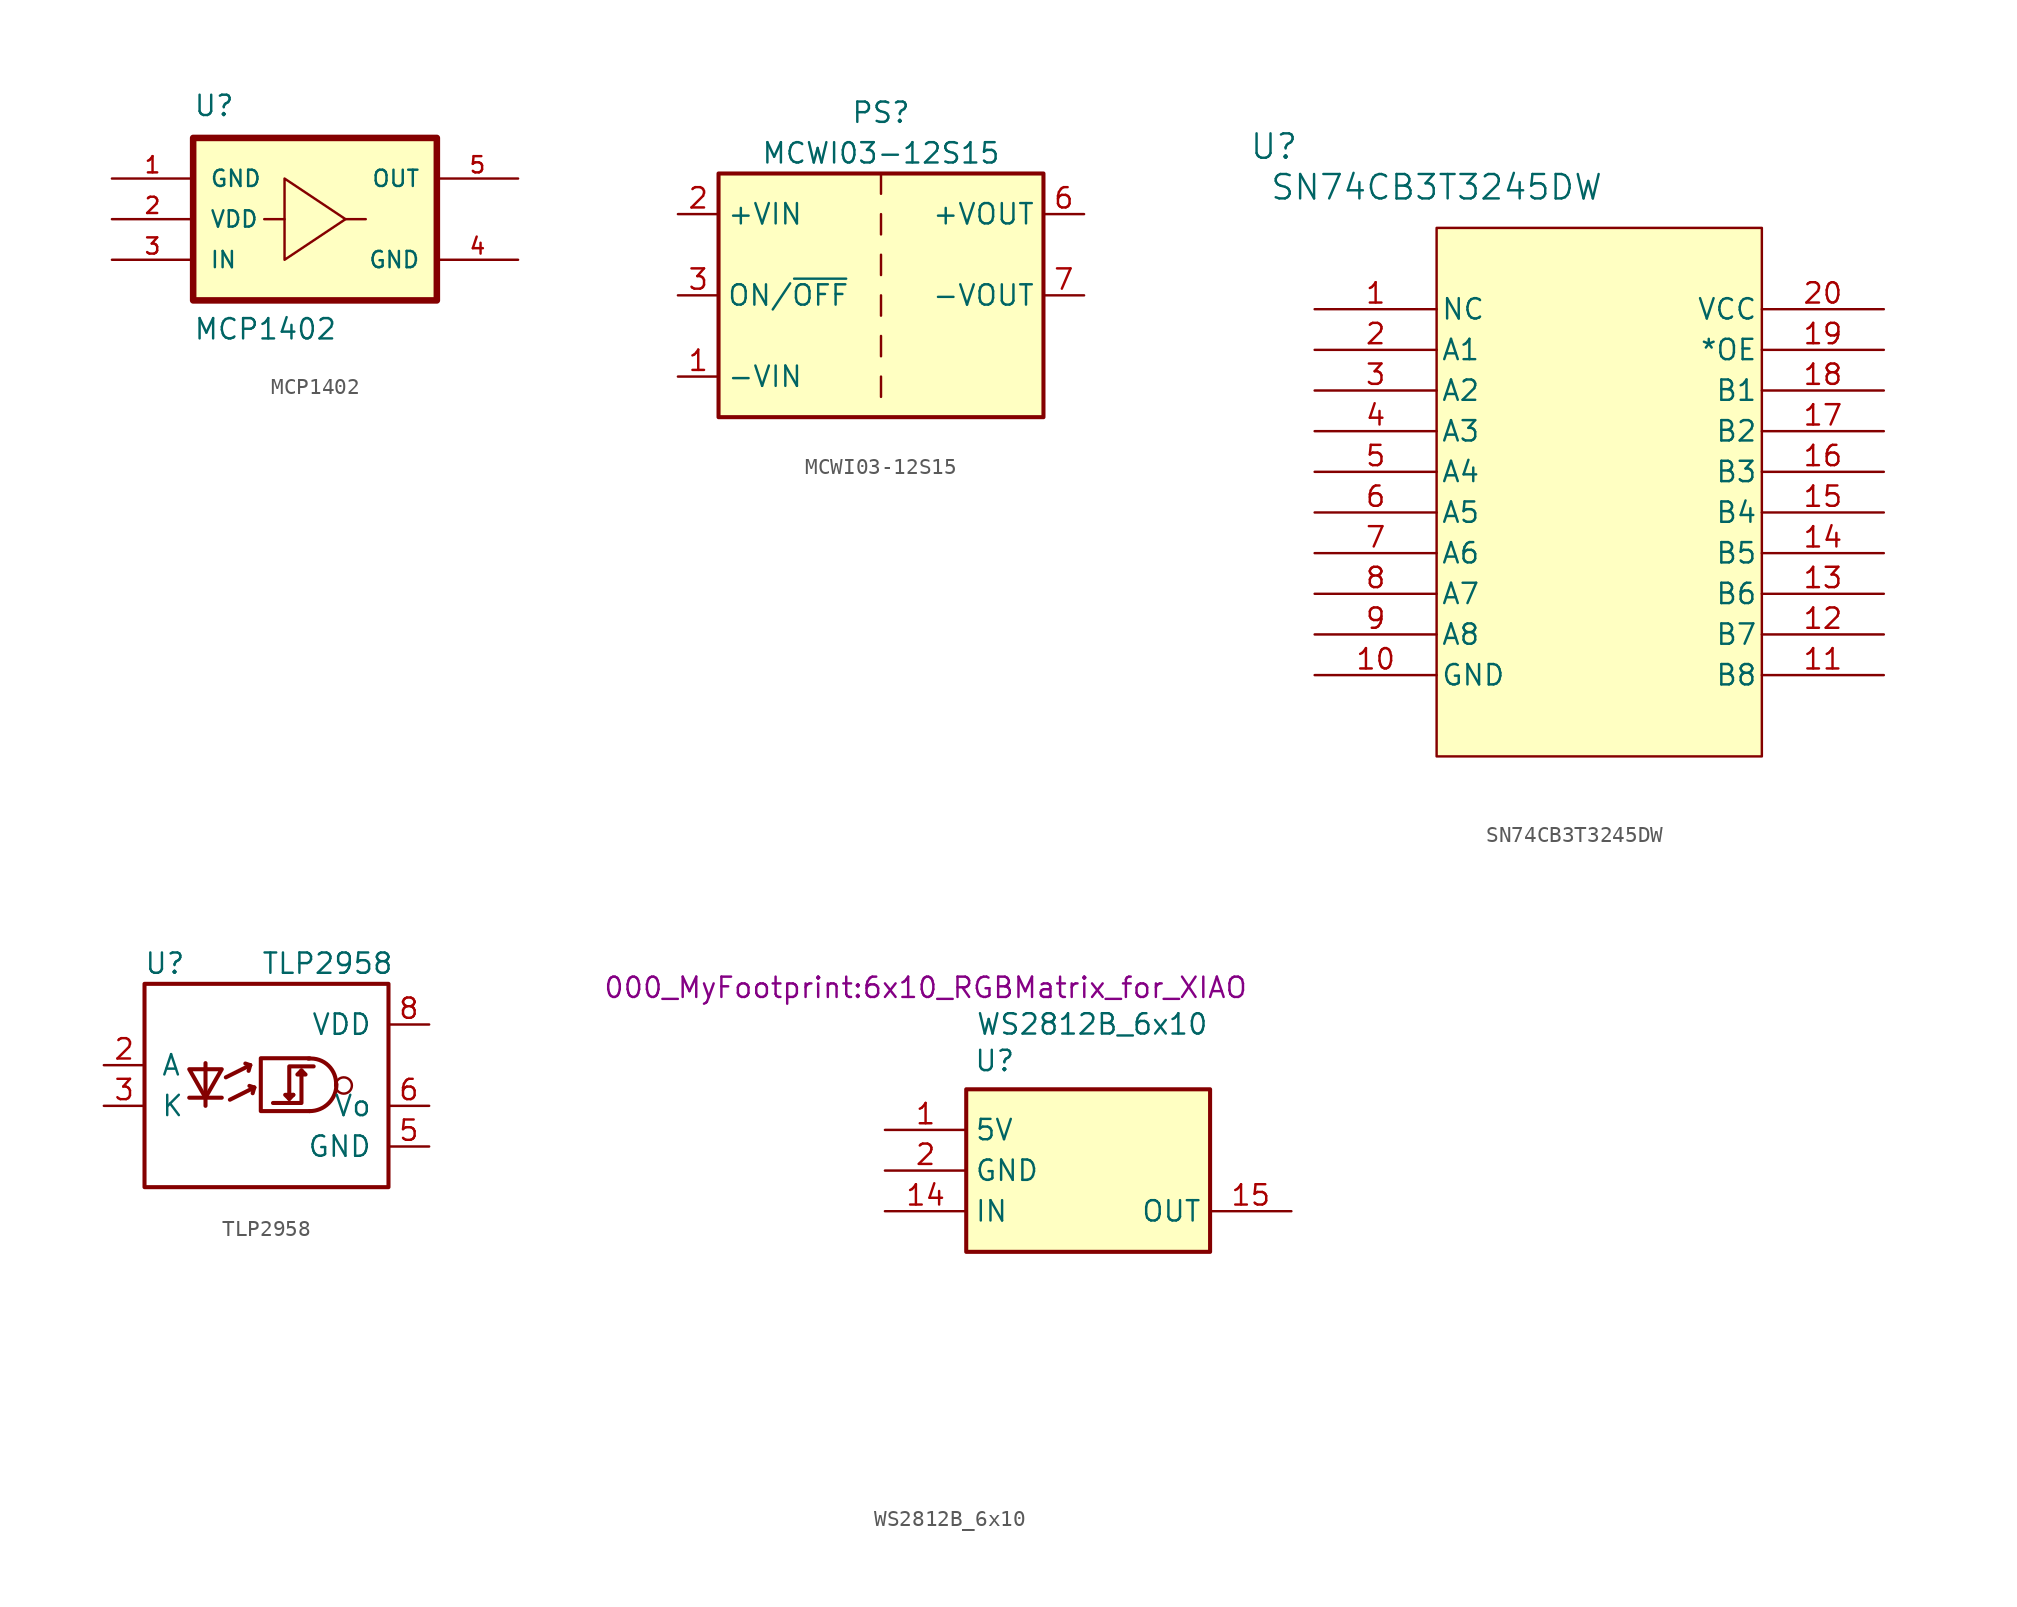
<source format=kicad_sym>
(kicad_symbol_lib
  (version 20241209)
  (generator "kicad_symbol_editor")
  (generator_version "9.0")
  (symbol "MCP1402"
    (pin_names
      (offset 1.016))
    (property "Reference" "U"
      (at -7.62 6.35 0)
      (effects (font (size 1.27 1.27)) (justify left bottom)))
    (property "Value" "MCP1402"
      (at -7.62 -7.62 0)
      (effects (font (size 1.27 1.27)) (justify left bottom)))
    (symbol "MCP1402_0_0"
      (rectangle (start -7.62 5.08) (end 7.62 -5.08) (stroke (width 0.41) (type default)) (fill (type background)))
      (pin input line (at -12.7 -2.54 0) (length 5.08) (name "IN" (effects (font (size 1.016 1.016)))) (number "3" (effects (font (size 1.016 1.016)))))
      (pin power_in line (at 12.7 -2.54 180) (length 5.08) (name "GND" (effects (font (size 1.016 1.016)))) (number "4" (effects (font (size 1.016 1.016))))))
    (symbol "MCP1402_0_1"
      (polyline (pts (xy -1.905 2.54) (xy -1.905 -2.54) (xy 1.905 0) (xy -1.905 2.54)) (stroke (width 0) (type default)) (fill (type none)))
      (polyline (pts (xy -1.905 0) (xy -3.175 0)) (stroke (width 0) (type default)) (fill (type none)))
      (polyline (pts (xy 1.905 0) (xy 3.175 0)) (stroke (width 0) (type default)) (fill (type none))))
    (symbol "MCP1402_1_0"
      (pin power_in line (at -12.7 2.54 0) (length 5.08) (name "GND" (effects (font (size 1.016 1.016)))) (number "1" (effects (font (size 1.016 1.016)))))
      (pin power_in line (at -12.7 0 0) (length 5.08) (name "VDD" (effects (font (size 1.016 1.016)))) (number "2" (effects (font (size 1.016 1.016)))))
      (pin output line (at 12.7 2.54 180) (length 5.08) (name "OUT" (effects (font (size 1.016 1.016)))) (number "5" (effects (font (size 1.016 1.016)))))))
  (symbol "MCWI03-12S15"
    (property "Reference" "PS"
      (at 0 11.43 0)
      (effects (font (size 1.27 1.27))))
    (property "Value" "MCWI03-12S15"
      (at 0 8.89 0)
      (effects (font (size 1.27 1.27))))
    (symbol "MCWI03-12S15_0_1"
      (rectangle (start -10.16 7.62) (end 10.16 -7.62) (stroke (width 0.254) (type default)) (fill (type background)))
      (polyline (pts (xy 0 7.62) (xy 0 6.35)) (stroke (width 0) (type default)) (fill (type none)))
      (polyline (pts (xy 0 5.08) (xy 0 3.81)) (stroke (width 0) (type default)) (fill (type none)))
      (polyline (pts (xy 0 2.54) (xy 0 1.27)) (stroke (width 0) (type default)) (fill (type none)))
      (polyline (pts (xy 0 0) (xy 0 -1.27)) (stroke (width 0) (type default)) (fill (type none)))
      (polyline (pts (xy 0 -2.54) (xy 0 -3.81)) (stroke (width 0) (type default)) (fill (type none)))
      (polyline (pts (xy 0 -5.08) (xy 0 -6.35)) (stroke (width 0) (type default)) (fill (type none))))
    (symbol "MCWI03-12S15_1_1"
      (pin power_in line (at -12.7 5.08 0) (length 2.54) (name "+VIN" (effects (font (size 1.27 1.27)))) (number "2" (effects (font (size 1.27 1.27)))))
      (pin input line (at -12.7 0 0) (length 2.54) (name "ON/~{OFF}" (effects (font (size 1.27 1.27)))) (number "3" (effects (font (size 1.27 1.27)))))
      (pin power_in line (at -12.7 -5.08 0) (length 2.54) (name "-VIN" (effects (font (size 1.27 1.27)))) (number "1" (effects (font (size 1.27 1.27)))))
      (pin no_connect line (at 10.16 -2.54 180) (length 2.54) (hide yes) (name "NC" (effects (font (size 1.27 1.27)))) (number "5" (effects (font (size 1.27 1.27)))))
      (pin no_connect line (at 10.16 -5.08 180) (length 2.54) (hide yes) (name "NC" (effects (font (size 1.27 1.27)))) (number "8" (effects (font (size 1.27 1.27)))))
      (pin power_out line (at 12.7 5.08 180) (length 2.54) (name "+VOUT" (effects (font (size 1.27 1.27)))) (number "6" (effects (font (size 1.27 1.27)))))
      (pin power_out line (at 12.7 0 180) (length 2.54) (name "-VOUT" (effects (font (size 1.27 1.27)))) (number "7" (effects (font (size 1.27 1.27)))))))
  (symbol "SN74CB3T3245DW"
    (pin_names
      (offset 0.254))
    (property "Reference" "U"
      (at -2.54 10.16 0)
      (effects (font (size 1.524 1.524))))
    (property "Value" "SN74CB3T3245DW"
      (at 7.62 7.62 0)
      (effects (font (size 1.524 1.524))))
    (symbol "SN74CB3T3245DW_0_1"
      (pin unspecified line (at 0 0 0) (length 7.62) (name "NC" (effects (font (size 1.27 1.27)))) (number "1" (effects (font (size 1.27 1.27)))))
      (pin passive line (at 0 -2.54 0) (length 7.62) (name "A1" (effects (font (size 1.27 1.27)))) (number "2" (effects (font (size 1.27 1.27)))))
      (pin passive line (at 0 -5.08 0) (length 7.62) (name "A2" (effects (font (size 1.27 1.27)))) (number "3" (effects (font (size 1.27 1.27)))))
      (pin passive line (at 0 -7.62 0) (length 7.62) (name "A3" (effects (font (size 1.27 1.27)))) (number "4" (effects (font (size 1.27 1.27)))))
      (pin passive line (at 0 -10.16 0) (length 7.62) (name "A4" (effects (font (size 1.27 1.27)))) (number "5" (effects (font (size 1.27 1.27)))))
      (pin passive line (at 0 -12.7 0) (length 7.62) (name "A5" (effects (font (size 1.27 1.27)))) (number "6" (effects (font (size 1.27 1.27)))))
      (pin passive line (at 0 -15.24 0) (length 7.62) (name "A6" (effects (font (size 1.27 1.27)))) (number "7" (effects (font (size 1.27 1.27)))))
      (pin passive line (at 0 -17.78 0) (length 7.62) (name "A7" (effects (font (size 1.27 1.27)))) (number "8" (effects (font (size 1.27 1.27)))))
      (pin passive line (at 0 -20.32 0) (length 7.62) (name "A8" (effects (font (size 1.27 1.27)))) (number "9" (effects (font (size 1.27 1.27)))))
      (pin power_in line (at 0 -22.86 0) (length 7.62) (name "GND" (effects (font (size 1.27 1.27)))) (number "10" (effects (font (size 1.27 1.27)))))
      (pin power_in line (at 35.56 0 180) (length 7.62) (name "VCC" (effects (font (size 1.27 1.27)))) (number "20" (effects (font (size 1.27 1.27)))))
      (pin input line (at 35.56 -2.54 180) (length 7.62) (name "*OE" (effects (font (size 1.27 1.27)))) (number "19" (effects (font (size 1.27 1.27)))))
      (pin passive line (at 35.56 -5.08 180) (length 7.62) (name "B1" (effects (font (size 1.27 1.27)))) (number "18" (effects (font (size 1.27 1.27)))))
      (pin passive line (at 35.56 -7.62 180) (length 7.62) (name "B2" (effects (font (size 1.27 1.27)))) (number "17" (effects (font (size 1.27 1.27)))))
      (pin passive line (at 35.56 -10.16 180) (length 7.62) (name "B3" (effects (font (size 1.27 1.27)))) (number "16" (effects (font (size 1.27 1.27)))))
      (pin passive line (at 35.56 -12.7 180) (length 7.62) (name "B4" (effects (font (size 1.27 1.27)))) (number "15" (effects (font (size 1.27 1.27)))))
      (pin passive line (at 35.56 -15.24 180) (length 7.62) (name "B5" (effects (font (size 1.27 1.27)))) (number "14" (effects (font (size 1.27 1.27)))))
      (pin passive line (at 35.56 -17.78 180) (length 7.62) (name "B6" (effects (font (size 1.27 1.27)))) (number "13" (effects (font (size 1.27 1.27)))))
      (pin passive line (at 35.56 -20.32 180) (length 7.62) (name "B7" (effects (font (size 1.27 1.27)))) (number "12" (effects (font (size 1.27 1.27)))))
      (pin passive line (at 35.56 -22.86 180) (length 7.62) (name "B8" (effects (font (size 1.27 1.27)))) (number "11" (effects (font (size 1.27 1.27))))))
    (symbol "SN74CB3T3245DW_1_1"
      (rectangle (start 7.62 5.08) (end 27.94 -27.94) (stroke (width 0) (type solid)) (fill (type background)))))
  (symbol "TLP2958"
    (pin_names
      (offset 1.016))
    (property "Reference" "U"
      (at -6.35 8.89 0)
      (effects (font (size 1.27 1.27))))
    (property "Value" "TLP2958"
      (at 3.81 8.89 0)
      (effects (font (size 1.27 1.27))))
    (symbol "TLP2958_0_1"
      (circle (center 4.826 1.27) (radius 0.508) (stroke (width 0) (type default)) (fill (type none))))
    (symbol "TLP2958_1_1"
      (rectangle (start -7.62 7.62) (end 7.62 -5.08) (stroke (width 0.254) (type default)) (fill (type none)))
      (polyline (pts (xy -4.826 2.286) (xy -2.794 2.286) (xy -3.81 0.508) (xy -4.826 2.286)) (stroke (width 0.254) (type default)) (fill (type none)))
      (polyline (pts (xy -4.826 0.508) (xy -2.794 0.508)) (stroke (width 0.254) (type default)) (fill (type none)))
      (polyline (pts (xy -3.81 2.286) (xy -3.81 2.667)) (stroke (width 0.254) (type default)) (fill (type none)))
      (polyline (pts (xy -3.81 2.286) (xy -3.81 0.508)) (stroke (width 0.254) (type default)) (fill (type none)))
      (polyline (pts (xy -3.81 0.508) (xy -3.81 0)) (stroke (width 0.254) (type default)) (fill (type none)))
      (polyline (pts (xy -2.54 1.778) (xy -1.016 2.54)) (stroke (width 0.254) (type default)) (fill (type none)))
      (polyline (pts (xy -2.286 0.381) (xy -0.762 1.143)) (stroke (width 0.254) (type default)) (fill (type none)))
      (polyline (pts (xy -1.016 2.54) (xy -1.321 2.642)) (stroke (width 0.254) (type default)) (fill (type none)))
      (polyline (pts (xy -1.016 2.54) (xy -1.118 2.184)) (stroke (width 0.254) (type default)) (fill (type none)))
      (polyline (pts (xy -0.762 1.143) (xy -1.067 1.245)) (stroke (width 0.254) (type default)) (fill (type none)))
      (polyline (pts (xy -0.762 1.143) (xy -0.864 0.787)) (stroke (width 0.254) (type default)) (fill (type none)))
      (polyline (pts (xy 1.422 0.432) (xy 1.168 0.686) (xy 1.676 0.686)) (stroke (width 0.254) (type default)) (fill (type none)))
      (polyline (pts (xy 2.184 2.21) (xy 2.184 0.178) (xy 0.406 0.178)) (stroke (width 0.254) (type default)) (fill (type none)))
      (polyline (pts (xy 2.184 2.21) (xy 1.93 1.956) (xy 2.438 1.956) (xy 2.184 2.21)) (stroke (width 0.254) (type default)) (fill (type none)))
      (polyline (pts (xy 2.692 2.972) (xy -0.356 2.972) (xy -0.356 -0.33) (xy 2.692 -0.33)) (stroke (width 0.254) (type default)) (fill (type none)))
      (arc (start 4.3688 1.3462) (mid 3.8795 0.1595) (end 2.6924 -0.3302) (stroke (width 0.254) (type default)) (fill (type none)))
      (arc (start 2.6162 2.9464) (mid 3.8711 2.5113) (end 4.3434 1.27) (stroke (width 0.254) (type default)) (fill (type none)))
      (polyline (pts (xy 2.946 2.464) (xy 1.422 2.464) (xy 1.422 0.432) (xy 1.676 0.686)) (stroke (width 0.254) (type default)) (fill (type none)))
      (pin no_connect line (at -10.16 5.08 0) (length 2.54) (hide yes) (name "NC" (effects (font (size 1.27 1.27)))) (number "1" (effects (font (size 1.27 1.27)))))
      (pin passive line (at -10.16 2.54 0) (length 2.54) (name "A" (effects (font (size 1.27 1.27)))) (number "2" (effects (font (size 1.27 1.27)))))
      (pin passive line (at -10.16 0 0) (length 2.54) (name "K" (effects (font (size 1.27 1.27)))) (number "3" (effects (font (size 1.27 1.27)))))
      (pin no_connect line (at -10.16 -2.54 0) (length 2.54) (hide yes) (name "NC" (effects (font (size 1.27 1.27)))) (number "4" (effects (font (size 1.27 1.27)))))
      (pin power_in line (at 10.16 5.08 180) (length 2.54) (name "VDD" (effects (font (size 1.27 1.27)))) (number "8" (effects (font (size 1.27 1.27)))))
      (pin no_connect line (at 10.16 2.54 180) (length 2.54) (hide yes) (name "NC" (effects (font (size 1.27 1.27)))) (number "7" (effects (font (size 1.27 1.27)))))
      (pin output line (at 10.16 0 180) (length 2.54) (name "Vo" (effects (font (size 1.27 1.27)))) (number "6" (effects (font (size 1.27 1.27)))))
      (pin power_in line (at 10.16 -2.54 180) (length 2.54) (name "GND" (effects (font (size 1.27 1.27)))) (number "5" (effects (font (size 1.27 1.27)))))))
  (symbol "WS2812B_6x10"
    (property "Reference" "U"
      (at -5.842 11.938 0)
      (effects (font (size 1.27 1.27))))
    (property "Value" "WS2812B_6x10"
      (at 0.254 14.224 0)
      (effects (font (size 1.27 1.27))))
    (property "Footprint" "000_MyFootprint:6x10_RGBMatrix_for_XIAO"
      (at -10.16 16.51 0)
      (effects (font (size 1.27 1.27))))
    (symbol "WS2812B_6x10_1_0"
      (pin power_in line (at -12.7 7.62 0) (length 5.08) (name "5V" (effects (font (size 1.27 1.27)))) (number "1" (effects (font (size 1.27 1.27)))))
      (pin power_in line (at -12.7 5.08 0) (length 5.08) (name "GND" (effects (font (size 1.27 1.27)))) (number "2" (effects (font (size 1.27 1.27)))))
      (pin input line (at -12.7 2.54 0) (length 5.08) (name "IN" (effects (font (size 1.27 1.27)))) (number "14" (effects (font (size 1.27 1.27)))))
      (pin no_connect line (at -12.7 -2.54 0) (length 5.08) (hide yes) (name "3V3" (effects (font (size 1.27 1.27)))) (number "3" (effects (font (size 1.27 1.27)))))
      (pin no_connect line (at -12.7 -5.08 0) (length 5.08) (hide yes) (name "D10" (effects (font (size 1.27 1.27)))) (number "4" (effects (font (size 1.27 1.27)))))
      (pin no_connect line (at -12.7 -7.62 0) (length 5.08) (hide yes) (name "D9" (effects (font (size 1.27 1.27)))) (number "5" (effects (font (size 1.27 1.27)))))
      (pin no_connect line (at -12.7 -10.16 0) (length 5.08) (hide yes) (name "D8" (effects (font (size 1.27 1.27)))) (number "6" (effects (font (size 1.27 1.27)))))
      (pin no_connect line (at -12.7 -12.7 0) (length 5.08) (hide yes) (name "D7" (effects (font (size 1.27 1.27)))) (number "7" (effects (font (size 1.27 1.27)))))
      (pin output line (at 12.7 2.54 180) (length 5.08) (name "OUT" (effects (font (size 1.27 1.27)))) (number "15" (effects (font (size 1.27 1.27)))))
      (pin no_connect line (at 12.7 0 180) (length 5.08) (hide yes) (name "D1" (effects (font (size 1.27 1.27)))) (number "13" (effects (font (size 1.27 1.27)))))
      (pin no_connect line (at 12.7 -2.54 180) (length 5.08) (hide yes) (name "D2" (effects (font (size 1.27 1.27)))) (number "12" (effects (font (size 1.27 1.27)))))
      (pin no_connect line (at 12.7 -5.08 180) (length 5.08) (hide yes) (name "D3" (effects (font (size 1.27 1.27)))) (number "11" (effects (font (size 1.27 1.27)))))
      (pin no_connect line (at 12.7 -7.62 180) (length 5.08) (hide yes) (name "D4" (effects (font (size 1.27 1.27)))) (number "10" (effects (font (size 1.27 1.27)))))
      (pin no_connect line (at 12.7 -10.16 180) (length 5.08) (hide yes) (name "D5" (effects (font (size 1.27 1.27)))) (number "9" (effects (font (size 1.27 1.27)))))
      (pin no_connect line (at 12.7 -12.7 180) (length 5.08) (hide yes) (name "D6" (effects (font (size 1.27 1.27)))) (number "8" (effects (font (size 1.27 1.27))))))
    (symbol "WS2812B_6x10_1_1"
      (rectangle (start -7.62 10.16) (end 7.62 0) (stroke (width 0.254) (type default)) (fill (type background))))))
</source>
